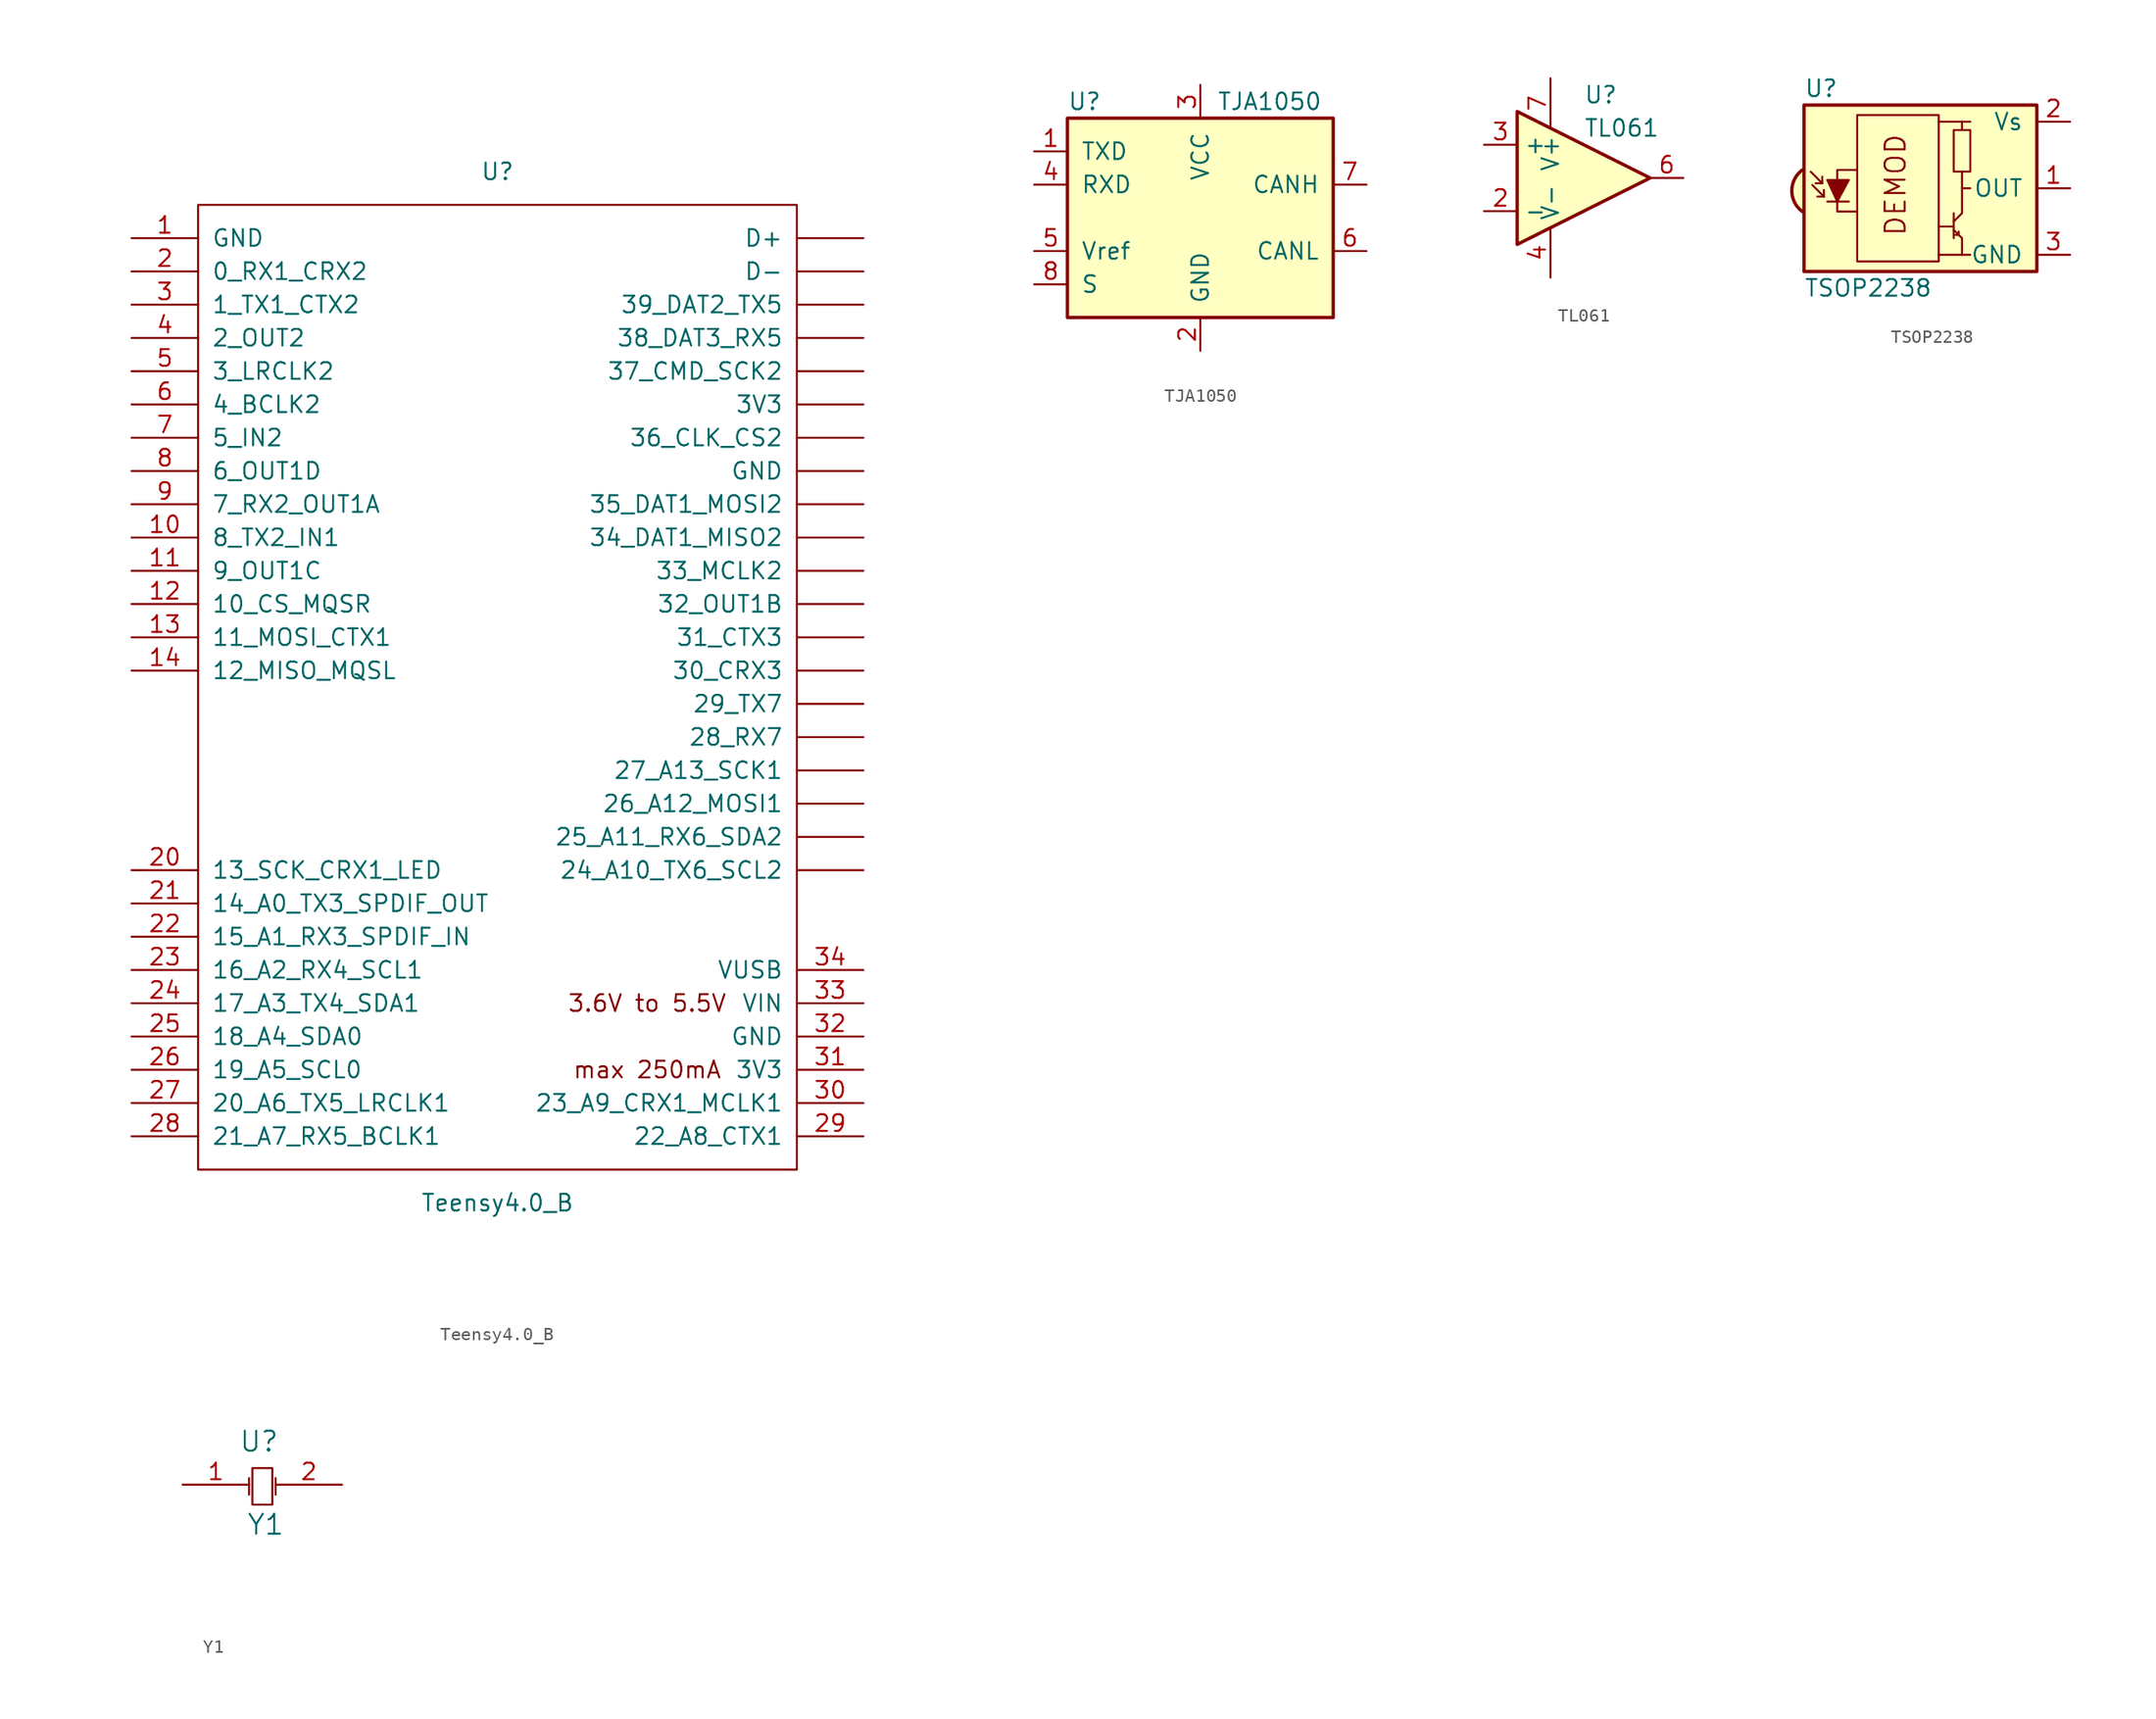
<source format=kicad_sym>
(kicad_symbol_lib
  (version 20211014)
  (generator kicad_symbol_editor)
  (symbol "Teensy4.0_B"
    (pin_names
      (offset 1.016))
    (property "Reference" "U"
      (at 0 39.37 0)
      (effects (font (size 1.27 1.27))))
    (property "Value" "Teensy4.0_B"
      (at 0 -39.37 0)
      (effects (font (size 1.27 1.27))))
    (symbol "Teensy4.0_B_0_0"
      (text "3.6V to 5.5V" (at 11.43 -24.13 0) (effects (font (size 1.27 1.27))))
      (text "max 250mA" (at 11.43 -29.21 0) (effects (font (size 1.27 1.27))))
      (pin bidirectional line (at -27.94 11.43 0) (length 5.08) (name "8_TX2_IN1" (effects (font (size 1.27 1.27)))) (number "10" (effects (font (size 1.27 1.27)))))
      (pin bidirectional line (at -27.94 8.89 0) (length 5.08) (name "9_OUT1C" (effects (font (size 1.27 1.27)))) (number "11" (effects (font (size 1.27 1.27)))))
      (pin bidirectional line (at -27.94 6.35 0) (length 5.08) (name "10_CS_MQSR" (effects (font (size 1.27 1.27)))) (number "12" (effects (font (size 1.27 1.27)))))
      (pin bidirectional line (at -27.94 3.81 0) (length 5.08) (name "11_MOSI_CTX1" (effects (font (size 1.27 1.27)))) (number "13" (effects (font (size 1.27 1.27)))))
      (pin bidirectional line (at -27.94 1.27 0) (length 5.08) (name "12_MISO_MQSL" (effects (font (size 1.27 1.27)))) (number "14" (effects (font (size 1.27 1.27)))))
      (pin bidirectional line (at -27.94 -13.97 0) (length 5.08) (name "13_SCK_CRX1_LED" (effects (font (size 1.27 1.27)))) (number "20" (effects (font (size 1.27 1.27)))))
      (pin bidirectional line (at -27.94 -16.51 0) (length 5.08) (name "14_A0_TX3_SPDIF_OUT" (effects (font (size 1.27 1.27)))) (number "21" (effects (font (size 1.27 1.27)))))
      (pin bidirectional line (at -27.94 -19.05 0) (length 5.08) (name "15_A1_RX3_SPDIF_IN" (effects (font (size 1.27 1.27)))) (number "22" (effects (font (size 1.27 1.27)))))
      (pin bidirectional line (at -27.94 -21.59 0) (length 5.08) (name "16_A2_RX4_SCL1" (effects (font (size 1.27 1.27)))) (number "23" (effects (font (size 1.27 1.27)))))
      (pin bidirectional line (at -27.94 -24.13 0) (length 5.08) (name "17_A3_TX4_SDA1" (effects (font (size 1.27 1.27)))) (number "24" (effects (font (size 1.27 1.27)))))
      (pin bidirectional line (at -27.94 -26.67 0) (length 5.08) (name "18_A4_SDA0" (effects (font (size 1.27 1.27)))) (number "25" (effects (font (size 1.27 1.27)))))
      (pin bidirectional line (at -27.94 -29.21 0) (length 5.08) (name "19_A5_SCL0" (effects (font (size 1.27 1.27)))) (number "26" (effects (font (size 1.27 1.27)))))
      (pin bidirectional line (at -27.94 -31.75 0) (length 5.08) (name "20_A6_TX5_LRCLK1" (effects (font (size 1.27 1.27)))) (number "27" (effects (font (size 1.27 1.27)))))
      (pin bidirectional line (at -27.94 -34.29 0) (length 5.08) (name "21_A7_RX5_BCLK1" (effects (font (size 1.27 1.27)))) (number "28" (effects (font (size 1.27 1.27)))))
      (pin bidirectional line (at 27.94 -34.29 180) (length 5.08) (name "22_A8_CTX1" (effects (font (size 1.27 1.27)))) (number "29" (effects (font (size 1.27 1.27)))))
      (pin bidirectional line (at 27.94 -31.75 180) (length 5.08) (name "23_A9_CRX1_MCLK1" (effects (font (size 1.27 1.27)))) (number "30" (effects (font (size 1.27 1.27)))))
      (pin power_out line (at 27.94 -29.21 180) (length 5.08) (name "3V3" (effects (font (size 1.27 1.27)))) (number "31" (effects (font (size 1.27 1.27)))))
      (pin power_in line (at 27.94 -26.67 180) (length 5.08) (name "GND" (effects (font (size 1.27 1.27)))) (number "32" (effects (font (size 1.27 1.27)))))
      (pin power_in line (at 27.94 -24.13 180) (length 5.08) (name "VIN" (effects (font (size 1.27 1.27)))) (number "33" (effects (font (size 1.27 1.27)))))
      (pin power_out line (at 27.94 -21.59 180) (length 5.08) (name "VUSB" (effects (font (size 1.27 1.27)))) (number "34" (effects (font (size 1.27 1.27)))))
      (pin bidirectional line (at -27.94 24.13 0) (length 5.08) (name "3_LRCLK2" (effects (font (size 1.27 1.27)))) (number "5" (effects (font (size 1.27 1.27)))))
      (pin bidirectional line (at -27.94 21.59 0) (length 5.08) (name "4_BCLK2" (effects (font (size 1.27 1.27)))) (number "6" (effects (font (size 1.27 1.27)))))
      (pin bidirectional line (at -27.94 19.05 0) (length 5.08) (name "5_IN2" (effects (font (size 1.27 1.27)))) (number "7" (effects (font (size 1.27 1.27)))))
      (pin bidirectional line (at -27.94 16.51 0) (length 5.08) (name "6_OUT1D" (effects (font (size 1.27 1.27)))) (number "8" (effects (font (size 1.27 1.27)))))
      (pin bidirectional line (at -27.94 13.97 0) (length 5.08) (name "7_RX2_OUT1A" (effects (font (size 1.27 1.27)))) (number "9" (effects (font (size 1.27 1.27)))))
      (pin bidirectional line (at 27.94 -13.97 180) (length 5.08) (name "24_A10_TX6_SCL2" (effects (font (size 1.27 1.27)))) (number "~" (effects (font (size 1.27 1.27)))))
      (pin bidirectional line (at 27.94 -11.43 180) (length 5.08) (name "25_A11_RX6_SDA2" (effects (font (size 1.27 1.27)))) (number "~" (effects (font (size 1.27 1.27)))))
      (pin bidirectional line (at 27.94 -8.89 180) (length 5.08) (name "26_A12_MOSI1" (effects (font (size 1.27 1.27)))) (number "~" (effects (font (size 1.27 1.27)))))
      (pin bidirectional line (at 27.94 -6.35 180) (length 5.08) (name "27_A13_SCK1" (effects (font (size 1.27 1.27)))) (number "~" (effects (font (size 1.27 1.27)))))
      (pin bidirectional line (at 27.94 -3.81 180) (length 5.08) (name "28_RX7" (effects (font (size 1.27 1.27)))) (number "~" (effects (font (size 1.27 1.27)))))
      (pin bidirectional line (at 27.94 -1.27 180) (length 5.08) (name "29_TX7" (effects (font (size 1.27 1.27)))) (number "~" (effects (font (size 1.27 1.27)))))
      (pin bidirectional line (at 27.94 1.27 180) (length 5.08) (name "30_CRX3" (effects (font (size 1.27 1.27)))) (number "~" (effects (font (size 1.27 1.27)))))
      (pin bidirectional line (at 27.94 3.81 180) (length 5.08) (name "31_CTX3" (effects (font (size 1.27 1.27)))) (number "~" (effects (font (size 1.27 1.27)))))
      (pin bidirectional line (at 27.94 6.35 180) (length 5.08) (name "32_OUT1B" (effects (font (size 1.27 1.27)))) (number "~" (effects (font (size 1.27 1.27)))))
      (pin bidirectional line (at 27.94 8.89 180) (length 5.08) (name "33_MCLK2" (effects (font (size 1.27 1.27)))) (number "~" (effects (font (size 1.27 1.27)))))
      (pin bidirectional line (at 27.94 11.43 180) (length 5.08) (name "34_DAT1_MISO2" (effects (font (size 1.27 1.27)))) (number "~" (effects (font (size 1.27 1.27)))))
      (pin bidirectional line (at 27.94 13.97 180) (length 5.08) (name "35_DAT1_MOSI2" (effects (font (size 1.27 1.27)))) (number "~" (effects (font (size 1.27 1.27)))))
      (pin bidirectional line (at 27.94 19.05 180) (length 5.08) (name "36_CLK_CS2" (effects (font (size 1.27 1.27)))) (number "~" (effects (font (size 1.27 1.27)))))
      (pin bidirectional line (at 27.94 24.13 180) (length 5.08) (name "37_CMD_SCK2" (effects (font (size 1.27 1.27)))) (number "~" (effects (font (size 1.27 1.27)))))
      (pin bidirectional line (at 27.94 26.67 180) (length 5.08) (name "38_DAT3_RX5" (effects (font (size 1.27 1.27)))) (number "~" (effects (font (size 1.27 1.27)))))
      (pin bidirectional line (at 27.94 29.21 180) (length 5.08) (name "39_DAT2_TX5" (effects (font (size 1.27 1.27)))) (number "~" (effects (font (size 1.27 1.27)))))
      (pin power_out line (at 27.94 21.59 180) (length 5.08) (name "3V3" (effects (font (size 1.27 1.27)))) (number "~" (effects (font (size 1.27 1.27)))))
      (pin bidirectional line (at 27.94 34.29 180) (length 5.08) (name "D+" (effects (font (size 1.27 1.27)))) (number "~" (effects (font (size 1.27 1.27)))))
      (pin bidirectional line (at 27.94 31.75 180) (length 5.08) (name "D-" (effects (font (size 1.27 1.27)))) (number "~" (effects (font (size 1.27 1.27)))))
      (pin bidirectional line (at 27.94 16.51 180) (length 5.08) (name "GND" (effects (font (size 1.27 1.27)))) (number "~" (effects (font (size 1.27 1.27))))))
    (symbol "Teensy4.0_B_0_1"
      (rectangle (start -22.86 36.83) (end 22.86 -36.83) (stroke (width 0) (type default) (color 0 0 0 0)) (fill (type none)))
      (rectangle (start -20.32 -31.75) (end -20.32 -31.75) (stroke (width 0) (type default) (color 0 0 0 0)) (fill (type none))))
    (symbol "Teensy4.0_B_1_1"
      (pin power_in line (at -27.94 34.29 0) (length 5.08) (name "GND" (effects (font (size 1.27 1.27)))) (number "1" (effects (font (size 1.27 1.27)))))
      (pin bidirectional line (at -27.94 31.75 0) (length 5.08) (name "0_RX1_CRX2" (effects (font (size 1.27 1.27)))) (number "2" (effects (font (size 1.27 1.27)))))
      (pin bidirectional line (at -27.94 29.21 0) (length 5.08) (name "1_TX1_CTX2" (effects (font (size 1.27 1.27)))) (number "3" (effects (font (size 1.27 1.27)))))
      (pin bidirectional line (at -27.94 26.67 0) (length 5.08) (name "2_OUT2" (effects (font (size 1.27 1.27)))) (number "4" (effects (font (size 1.27 1.27)))))))
  (symbol "TJA1050"
    (pin_names
      (offset 1.016))
    (property "Reference" "U"
      (at -10.16 8.89 0)
      (effects (font (size 1.27 1.27)) (justify left)))
    (property "Value" "TJA1050"
      (at 1.27 8.89 0)
      (effects (font (size 1.27 1.27)) (justify left)))
    (symbol "TJA1050_0_1"
      (rectangle (start -10.16 7.62) (end 10.16 -7.62) (stroke (width 0.254) (type default) (color 0 0 0 0)) (fill (type background))))
    (symbol "TJA1050_1_1"
      (pin input line (at -12.7 5.08 0) (length 2.54) (name "TXD" (effects (font (size 1.27 1.27)))) (number "1" (effects (font (size 1.27 1.27)))))
      (pin power_in line (at 0 -10.16 90) (length 2.54) (name "GND" (effects (font (size 1.27 1.27)))) (number "2" (effects (font (size 1.27 1.27)))))
      (pin power_in line (at 0 10.16 270) (length 2.54) (name "VCC" (effects (font (size 1.27 1.27)))) (number "3" (effects (font (size 1.27 1.27)))))
      (pin output line (at -12.7 2.54 0) (length 2.54) (name "RXD" (effects (font (size 1.27 1.27)))) (number "4" (effects (font (size 1.27 1.27)))))
      (pin power_out line (at -12.7 -2.54 0) (length 2.54) (name "Vref" (effects (font (size 1.27 1.27)))) (number "5" (effects (font (size 1.27 1.27)))))
      (pin bidirectional line (at 12.7 -2.54 180) (length 2.54) (name "CANL" (effects (font (size 1.27 1.27)))) (number "6" (effects (font (size 1.27 1.27)))))
      (pin bidirectional line (at 12.7 2.54 180) (length 2.54) (name "CANH" (effects (font (size 1.27 1.27)))) (number "7" (effects (font (size 1.27 1.27)))))
      (pin input line (at -12.7 -5.08 0) (length 2.54) (name "S" (effects (font (size 1.27 1.27)))) (number "8" (effects (font (size 1.27 1.27)))))))
  (symbol "TL061"
    (property "Reference" "U"
      (at 0 6.35 0)
      (effects (font (size 1.27 1.27)) (justify left)))
    (property "Value" "TL061"
      (at 0 3.81 0)
      (effects (font (size 1.27 1.27)) (justify left)))
    (symbol "TL061_0_1"
      (polyline (pts (xy -5.08 5.08) (xy 5.08 0) (xy -5.08 -5.08) (xy -5.08 5.08)) (stroke (width 0.254) (type default) (color 0 0 0 0)) (fill (type background))))
    (symbol "TL061_1_1"
      (pin input line (at 0 -7.62 90) (length 5.08) hide (name "~" (effects (font (size 1.27 1.27)))) (number "1" (effects (font (size 1.27 1.27)))))
      (pin input line (at -7.62 -2.54 0) (length 2.54) (name "-" (effects (font (size 1.27 1.27)))) (number "2" (effects (font (size 1.27 1.27)))))
      (pin input line (at -7.62 2.54 0) (length 2.54) (name "+" (effects (font (size 1.27 1.27)))) (number "3" (effects (font (size 1.27 1.27)))))
      (pin power_in line (at -2.54 -7.62 90) (length 3.81) (name "V-" (effects (font (size 1.27 1.27)))) (number "4" (effects (font (size 1.27 1.27)))))
      (pin input line (at 2.54 -7.62 90) (length 6.35) hide (name "~" (effects (font (size 1.27 1.27)))) (number "5" (effects (font (size 1.27 1.27)))))
      (pin output line (at 7.62 0 180) (length 2.54) (name "~" (effects (font (size 1.27 1.27)))) (number "6" (effects (font (size 1.27 1.27)))))
      (pin power_in line (at -2.54 7.62 270) (length 3.81) (name "V+" (effects (font (size 1.27 1.27)))) (number "7" (effects (font (size 1.27 1.27)))))
      (pin no_connect line (at 0 2.54 270) (length 2.54) hide (name "NC" (effects (font (size 1.27 1.27)))) (number "8" (effects (font (size 1.27 1.27)))))))
  (symbol "TSOP2238"
    (pin_names
      (offset 1.016))
    (property "Reference" "U"
      (at -10.16 7.62 0)
      (effects (font (size 1.27 1.27)) (justify left)))
    (property "Value" "TSOP2238"
      (at -10.16 -7.62 0)
      (effects (font (size 1.27 1.27)) (justify left)))
    (symbol "TSOP2238_0_0"
      (arc (start -10.287 1.397) (mid -11.0899 -0.1852) (end -10.287 -1.778) (stroke (width 0.254) (type default) (color 0 0 0 0)) (fill (type background)))
      (polyline (pts (xy 1.905 -5.08) (xy 0.127 -5.08)) (stroke (width 0) (type default) (color 0 0 0 0)) (fill (type none)))
      (polyline (pts (xy 1.905 5.08) (xy 0.127 5.08)) (stroke (width 0) (type default) (color 0 0 0 0)) (fill (type none)))
      (text "DEMOD" (at -3.175 0.254 900) (effects (font (size 1.524 1.524)))))
    (symbol "TSOP2238_0_1"
      (rectangle (start -6.096 5.588) (end 0.127 -5.588) (stroke (width 0) (type default) (color 0 0 0 0)) (fill (type none)))
      (polyline (pts (xy -8.763 0.381) (xy -9.652 1.27)) (stroke (width 0) (type default) (color 0 0 0 0)) (fill (type none)))
      (polyline (pts (xy -8.763 0.381) (xy -9.271 0.381)) (stroke (width 0) (type default) (color 0 0 0 0)) (fill (type none)))
      (polyline (pts (xy -8.763 0.381) (xy -8.763 0.889)) (stroke (width 0) (type default) (color 0 0 0 0)) (fill (type none)))
      (polyline (pts (xy -8.636 -0.635) (xy -9.525 0.254)) (stroke (width 0) (type default) (color 0 0 0 0)) (fill (type none)))
      (polyline (pts (xy -8.636 -0.635) (xy -9.144 -0.635)) (stroke (width 0) (type default) (color 0 0 0 0)) (fill (type none)))
      (polyline (pts (xy -8.636 -0.635) (xy -8.636 -0.127)) (stroke (width 0) (type default) (color 0 0 0 0)) (fill (type none)))
      (polyline (pts (xy -8.382 -1.016) (xy -6.731 -1.016)) (stroke (width 0) (type default) (color 0 0 0 0)) (fill (type none)))
      (polyline (pts (xy 1.27 -2.921) (xy 0.127 -2.921)) (stroke (width 0) (type default) (color 0 0 0 0)) (fill (type none)))
      (polyline (pts (xy 1.27 -1.905) (xy 1.27 -3.81)) (stroke (width 0) (type default) (color 0 0 0 0)) (fill (type none)))
      (polyline (pts (xy 1.397 -3.556) (xy 1.524 -3.556)) (stroke (width 0) (type default) (color 0 0 0 0)) (fill (type none)))
      (polyline (pts (xy 1.651 -3.556) (xy 1.524 -3.556)) (stroke (width 0) (type default) (color 0 0 0 0)) (fill (type none)))
      (polyline (pts (xy 1.651 -3.556) (xy 1.651 -3.302)) (stroke (width 0) (type default) (color 0 0 0 0)) (fill (type none)))
      (polyline (pts (xy 1.905 0) (xy 1.905 1.27)) (stroke (width 0) (type default) (color 0 0 0 0)) (fill (type none)))
      (polyline (pts (xy 1.905 4.445) (xy 1.905 5.08) (xy 2.54 5.08)) (stroke (width 0) (type default) (color 0 0 0 0)) (fill (type none)))
      (polyline (pts (xy -8.382 0.635) (xy -6.731 0.635) (xy -7.62 -1.016) (xy -8.382 0.635)) (stroke (width 0) (type default) (color 0 0 0 0)) (fill (type outline)))
      (polyline (pts (xy -6.096 1.397) (xy -7.62 1.397) (xy -7.62 -1.778) (xy -6.096 -1.778)) (stroke (width 0) (type default) (color 0 0 0 0)) (fill (type none)))
      (polyline (pts (xy 1.27 -3.175) (xy 1.905 -3.81) (xy 1.905 -5.08) (xy 2.54 -5.08)) (stroke (width 0) (type default) (color 0 0 0 0)) (fill (type none)))
      (polyline (pts (xy 1.27 -2.54) (xy 1.905 -1.905) (xy 1.905 0) (xy 2.54 0)) (stroke (width 0) (type default) (color 0 0 0 0)) (fill (type none)))
      (rectangle (start 2.54 1.27) (end 1.27 4.445) (stroke (width 0) (type default) (color 0 0 0 0)) (fill (type none)))
      (rectangle (start 7.62 6.35) (end -10.16 -6.35) (stroke (width 0.254) (type default) (color 0 0 0 0)) (fill (type background))))
    (symbol "TSOP2238_1_1"
      (pin output line (at 10.16 0 180) (length 2.54) (name "OUT" (effects (font (size 1.27 1.27)))) (number "1" (effects (font (size 1.27 1.27)))))
      (pin power_in line (at 10.16 5.08 180) (length 2.54) (name "Vs" (effects (font (size 1.27 1.27)))) (number "2" (effects (font (size 1.27 1.27)))))
      (pin power_in line (at 10.16 -5.08 180) (length 2.54) (name "GND" (effects (font (size 1.27 1.27)))) (number "3" (effects (font (size 1.27 1.27)))))))
  (symbol "Y1"
    (pin_names
      (offset 1.016))
    (property "Reference" "U"
      (at 13.462 12.954 0)
      (effects (font (size 1.524 1.524))))
    (property "Value" "Y1"
      (at 13.97 6.604 0)
      (effects (font (size 1.524 1.524))))
    (property "Footprint" ""
      (at 0 0 0)
      (effects (font (size 1.524 1.524))))
    (property "Datasheet" ""
      (at 0 0 0)
      (effects (font (size 1.524 1.524))))
    (symbol "Y1_0_1"
      (polyline (pts (xy 12.7 10.16) (xy 12.7 8.89)) (stroke (width 0) (type default) (color 0 0 0 0)) (fill (type none)))
      (polyline (pts (xy 14.732 10.16) (xy 14.732 8.89)) (stroke (width 0) (type default) (color 0 0 0 0)) (fill (type none)))
      (rectangle (start 12.954 10.922) (end 14.478 8.128) (stroke (width 0) (type default) (color 0 0 0 0)) (fill (type none))))
    (symbol "Y1_1_1"
      (pin input line (at 7.62 9.652 0) (length 5.08) (name "~" (effects (font (size 1.27 1.27)))) (number "1" (effects (font (size 1.27 1.27)))))
      (pin input line (at 19.812 9.652 180) (length 5.08) (name "~" (effects (font (size 1.27 1.27)))) (number "2" (effects (font (size 1.27 1.27))))))))
</source>
